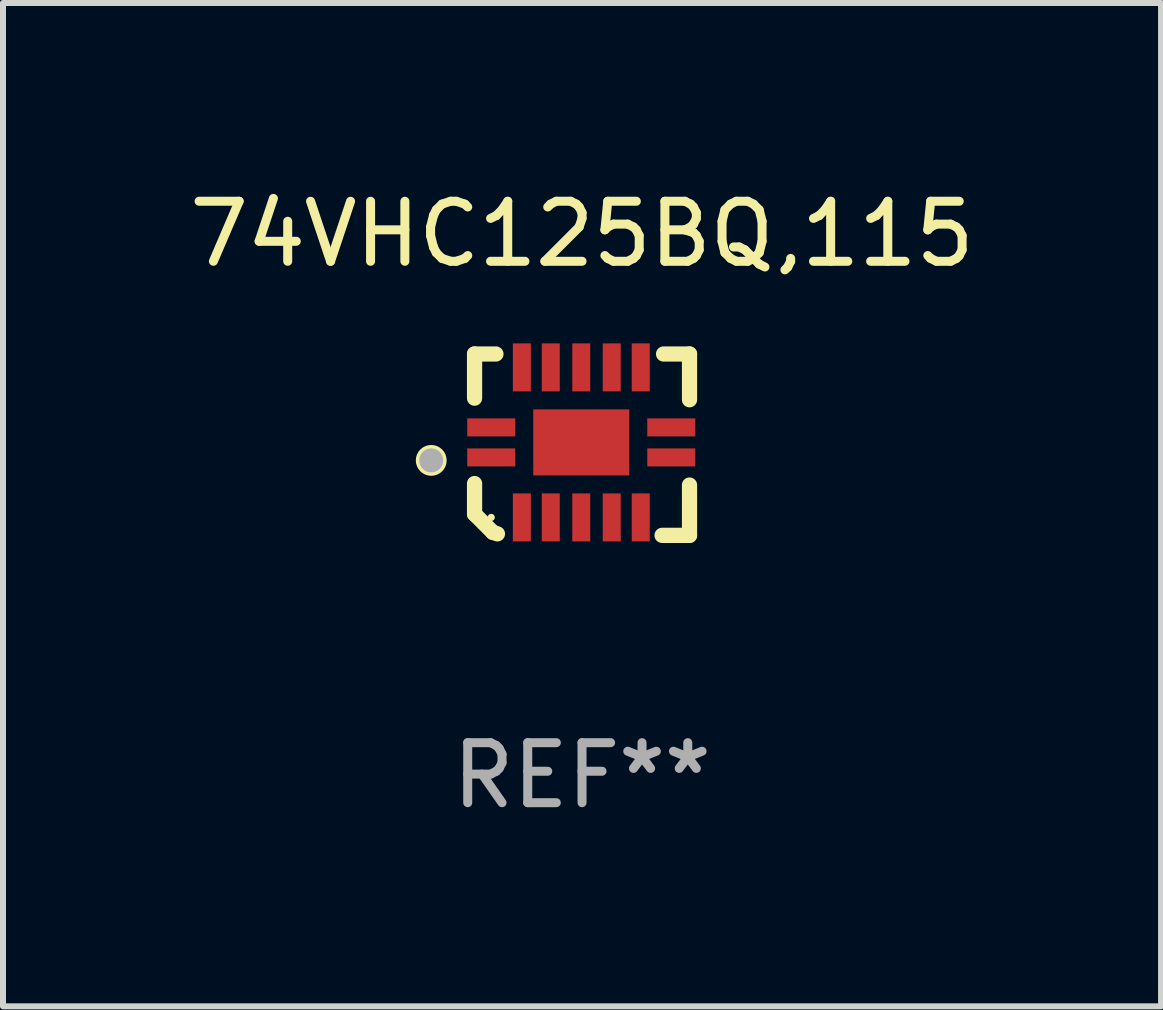
<source format=kicad_pcb>
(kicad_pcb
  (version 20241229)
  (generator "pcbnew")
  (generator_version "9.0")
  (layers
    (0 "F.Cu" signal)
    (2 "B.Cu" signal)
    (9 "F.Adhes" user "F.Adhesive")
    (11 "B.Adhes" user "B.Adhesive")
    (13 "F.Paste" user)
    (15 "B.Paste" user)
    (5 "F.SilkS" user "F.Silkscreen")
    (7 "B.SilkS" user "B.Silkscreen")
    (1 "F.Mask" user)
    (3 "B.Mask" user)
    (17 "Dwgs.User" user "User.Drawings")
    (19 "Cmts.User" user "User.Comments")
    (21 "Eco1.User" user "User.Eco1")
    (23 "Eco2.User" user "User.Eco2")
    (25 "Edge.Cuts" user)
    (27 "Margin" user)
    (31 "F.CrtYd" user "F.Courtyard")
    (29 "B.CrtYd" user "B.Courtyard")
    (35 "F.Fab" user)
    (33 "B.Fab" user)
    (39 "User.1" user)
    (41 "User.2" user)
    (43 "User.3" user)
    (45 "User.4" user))
  (footprint "74VHC125BQ,115"
    (layer "F.Cu")
    (at 6.649 4.36)
    (property "Reference" "74VHC125BQ,115" (at 0 -3.511 0) (layer "F.SilkS") (effects (font (size 1 1) (thickness 0.15))))
    (attr through_hole)
    (fp_line (start -1.791 -1.511) (end -1.435 -1.511) (stroke (width 0.254) (type solid)) (layer "F.SilkS"))
    (fp_line (start -1.791 -0.775) (end -1.791 -1.511) (stroke (width 0.254) (type solid)) (layer "F.SilkS"))
    (fp_line (start -1.791 1.156) (end -1.791 0.648) (stroke (width 0.254) (type solid)) (layer "F.SilkS"))
    (fp_line (start -1.486 1.461) (end -1.791 1.156) (stroke (width 0.254) (type solid)) (layer "F.SilkS"))
    (fp_line (start -1.41 1.486) (end -1.486 1.461) (stroke (width 0.254) (type solid)) (layer "F.SilkS"))
    (fp_line (start 1.334 1.511) (end 1.791 1.511) (stroke (width 0.254) (type solid)) (layer "F.SilkS"))
    (fp_line (start 1.791 -1.511) (end 1.359 -1.511) (stroke (width 0.254) (type solid)) (layer "F.SilkS"))
    (fp_line (start 1.791 -0.749) (end 1.791 -1.511) (stroke (width 0.254) (type solid)) (layer "F.SilkS"))
    (fp_line (start 1.791 1.511) (end 1.791 0.673) (stroke (width 0.254) (type solid)) (layer "F.SilkS"))
    (fp_circle (center -2.513 0.262) (end -2.383 0.262) (stroke (width 0.254) (type solid)) (fill no) (layer "F.SilkS"))
    (fp_circle (center -1.513 1.212) (end -1.483 1.212) (stroke (width 0.06) (type solid)) (fill no) (layer "F.SilkS"))
    (fp_circle (center -2.513 0.262) (end -2.413 0.262) (stroke (width 0.2) (type solid)) (fill no) (layer "F.Fab"))
    (fp_text user "REF**" (at 0 5.511 0) (layer "F.Fab") (effects (font (size 1 1) (thickness 0.15))))
    (pad "1" smd rect (at -1.513 0.212) (size 0.8 0.3) (layers "F.Cu" "F.Mask" "F.Paste"))
    (pad "2" smd rect (at -1.003 1.212) (size 0.3 0.8) (layers "F.Cu" "F.Mask" "F.Paste"))
    (pad "3" smd rect (at -0.521 1.212) (size 0.3 0.8) (layers "F.Cu" "F.Mask" "F.Paste"))
    (pad "4" smd rect (at -0.013 1.212) (size 0.3 0.8) (layers "F.Cu" "F.Mask" "F.Paste"))
    (pad "5" smd rect (at 0.495 1.212) (size 0.3 0.8) (layers "F.Cu" "F.Mask" "F.Paste"))
    (pad "6" smd rect (at 0.978 1.212) (size 0.3 0.8) (layers "F.Cu" "F.Mask" "F.Paste"))
    (pad "7" smd rect (at 1.487 0.212) (size 0.8 0.3) (layers "F.Cu" "F.Mask" "F.Paste"))
    (pad "8" smd rect (at 1.487 -0.288) (size 0.8 0.3) (layers "F.Cu" "F.Mask" "F.Paste"))
    (pad "9" smd rect (at 0.978 -1.288) (size 0.3 0.8) (layers "F.Cu" "F.Mask" "F.Paste"))
    (pad "10" smd rect (at 0.495 -1.288) (size 0.3 0.8) (layers "F.Cu" "F.Mask" "F.Paste"))
    (pad "11" smd rect (at -0.013 -1.288) (size 0.3 0.8) (layers "F.Cu" "F.Mask" "F.Paste"))
    (pad "12" smd rect (at -0.521 -1.288) (size 0.3 0.8) (layers "F.Cu" "F.Mask" "F.Paste"))
    (pad "13" smd rect (at -1.003 -1.288) (size 0.3 0.8) (layers "F.Cu" "F.Mask" "F.Paste"))
    (pad "14" smd rect (at -1.513 -0.288) (size 0.8 0.3) (layers "F.Cu" "F.Mask" "F.Paste"))
    (pad "15" smd rect (at -0.013 -0.038 90) (size 1.1 1.6) (layers "F.Cu" "F.Mask" "F.Paste")))
  (gr_rect
    (start -3 -3)
    (end 16.298 13.719)
    (stroke (width 0.1) (type default))
    (fill no)
    (layer "Edge.Cuts")))
</source>
